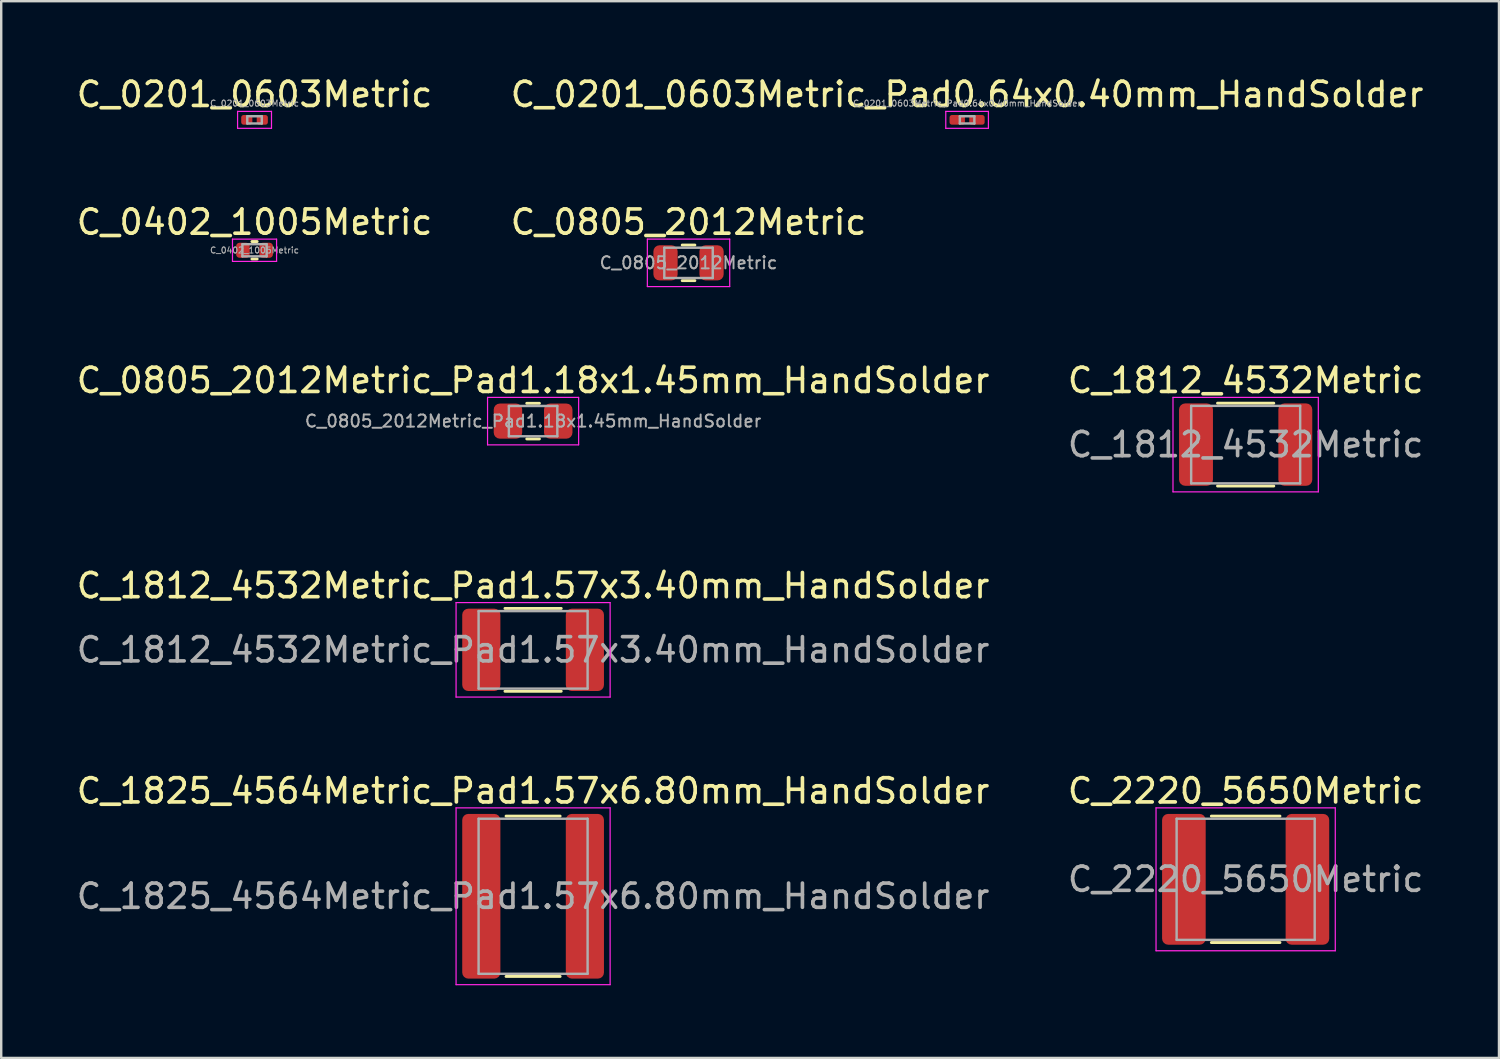
<source format=kicad_pcb>
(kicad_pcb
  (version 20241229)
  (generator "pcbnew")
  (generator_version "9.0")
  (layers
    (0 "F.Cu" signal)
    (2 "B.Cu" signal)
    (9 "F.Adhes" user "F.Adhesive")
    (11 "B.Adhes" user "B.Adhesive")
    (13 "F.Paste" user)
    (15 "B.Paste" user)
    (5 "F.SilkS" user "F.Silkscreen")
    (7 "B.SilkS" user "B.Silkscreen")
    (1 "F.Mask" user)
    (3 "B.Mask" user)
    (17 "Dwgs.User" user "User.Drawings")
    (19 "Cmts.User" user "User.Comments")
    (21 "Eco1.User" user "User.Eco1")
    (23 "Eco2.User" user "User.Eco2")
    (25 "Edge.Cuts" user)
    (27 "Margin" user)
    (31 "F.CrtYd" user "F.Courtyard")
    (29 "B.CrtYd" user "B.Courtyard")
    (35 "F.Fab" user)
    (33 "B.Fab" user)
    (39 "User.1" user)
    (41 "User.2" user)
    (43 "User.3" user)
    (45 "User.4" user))
  (footprint "C_0402_1005Metric"
    (layer "F.Cu")
    (at 7.458 7.282)
    (property "Reference" "C_0402_1005Metric" (at 0 -1.16 0) (layer "F.SilkS") (effects (font (size 1 1) (thickness 0.15))))
    (attr smd)
    (fp_line (start -0.108 -0.36) (end 0.108 -0.36) (stroke (width 0.12) (type solid)) (layer "F.SilkS"))
    (fp_line (start -0.108 0.36) (end 0.108 0.36) (stroke (width 0.12) (type solid)) (layer "F.SilkS"))
    (fp_line (start -0.91 -0.46) (end 0.91 -0.46) (stroke (width 0.05) (type solid)) (layer "F.CrtYd"))
    (fp_line (start -0.91 0.46) (end -0.91 -0.46) (stroke (width 0.05) (type solid)) (layer "F.CrtYd"))
    (fp_line (start 0.91 -0.46) (end 0.91 0.46) (stroke (width 0.05) (type solid)) (layer "F.CrtYd"))
    (fp_line (start 0.91 0.46) (end -0.91 0.46) (stroke (width 0.05) (type solid)) (layer "F.CrtYd"))
    (fp_line (start -0.5 -0.25) (end 0.5 -0.25) (stroke (width 0.1) (type solid)) (layer "F.Fab"))
    (fp_line (start -0.5 0.25) (end -0.5 -0.25) (stroke (width 0.1) (type solid)) (layer "F.Fab"))
    (fp_line (start 0.5 -0.25) (end 0.5 0.25) (stroke (width 0.1) (type solid)) (layer "F.Fab"))
    (fp_line (start 0.5 0.25) (end -0.5 0.25) (stroke (width 0.1) (type solid)) (layer "F.Fab"))
    (fp_text user "${REFERENCE}" (at 0 0 0) (layer "F.Fab") (effects (font (size 0.25 0.25) (thickness 0.04))))
    (pad "1" smd roundrect (at -0.48 0) (size 0.56 0.62) (layers "F.Cu" "F.Mask" "F.Paste") (roundrect_rratio 0.25))
    (pad "2" smd roundrect (at 0.48 0) (size 0.56 0.62) (layers "F.Cu" "F.Mask" "F.Paste") (roundrect_rratio 0.25)))
  (footprint "C_1825_4564Metric_Pad1.57x6.80mm_HandSolder"
    (layer "F.Cu")
    (at 18.958 33.951)
    (property "Reference" "C_1825_4564Metric_Pad1.57x6.80mm_HandSolder" (at 0 -4.35 0) (layer "F.SilkS") (effects (font (size 1 1) (thickness 0.15))))
    (attr smd)
    (fp_line (start -1.116 -3.31) (end 1.116 -3.31) (stroke (width 0.12) (type solid)) (layer "F.SilkS"))
    (fp_line (start -1.116 3.31) (end 1.116 3.31) (stroke (width 0.12) (type solid)) (layer "F.SilkS"))
    (fp_line (start -3.18 -3.65) (end 3.18 -3.65) (stroke (width 0.05) (type solid)) (layer "F.CrtYd"))
    (fp_line (start -3.18 3.65) (end -3.18 -3.65) (stroke (width 0.05) (type solid)) (layer "F.CrtYd"))
    (fp_line (start 3.18 -3.65) (end 3.18 3.65) (stroke (width 0.05) (type solid)) (layer "F.CrtYd"))
    (fp_line (start 3.18 3.65) (end -3.18 3.65) (stroke (width 0.05) (type solid)) (layer "F.CrtYd"))
    (fp_line (start -2.25 -3.2) (end 2.25 -3.2) (stroke (width 0.1) (type solid)) (layer "F.Fab"))
    (fp_line (start -2.25 3.2) (end -2.25 -3.2) (stroke (width 0.1) (type solid)) (layer "F.Fab"))
    (fp_line (start 2.25 -3.2) (end 2.25 3.2) (stroke (width 0.1) (type solid)) (layer "F.Fab"))
    (fp_line (start 2.25 3.2) (end -2.25 3.2) (stroke (width 0.1) (type solid)) (layer "F.Fab"))
    (fp_text user "${REFERENCE}" (at 0 0 0) (layer "F.Fab") (effects (font (size 1 1) (thickness 0.15))))
    (pad "1" smd roundrect (at -2.138 0) (size 1.575 6.8) (layers "F.Cu" "F.Mask" "F.Paste") (roundrect_rratio 0.159))
    (pad "2" smd roundrect (at 2.138 0) (size 1.575 6.8) (layers "F.Cu" "F.Mask" "F.Paste") (roundrect_rratio 0.159)))
  (footprint "C_0805_2012Metric"
    (layer "F.Cu")
    (at 25.375 7.801)
    (property "Reference" "C_0805_2012Metric" (at 0 -1.68 0) (layer "F.SilkS") (effects (font (size 1 1) (thickness 0.15))))
    (attr smd)
    (fp_line (start -0.261 -0.735) (end 0.261 -0.735) (stroke (width 0.12) (type solid)) (layer "F.SilkS"))
    (fp_line (start -0.261 0.735) (end 0.261 0.735) (stroke (width 0.12) (type solid)) (layer "F.SilkS"))
    (fp_line (start -1.7 -0.98) (end 1.7 -0.98) (stroke (width 0.05) (type solid)) (layer "F.CrtYd"))
    (fp_line (start -1.7 0.98) (end -1.7 -0.98) (stroke (width 0.05) (type solid)) (layer "F.CrtYd"))
    (fp_line (start 1.7 -0.98) (end 1.7 0.98) (stroke (width 0.05) (type solid)) (layer "F.CrtYd"))
    (fp_line (start 1.7 0.98) (end -1.7 0.98) (stroke (width 0.05) (type solid)) (layer "F.CrtYd"))
    (fp_line (start -1 -0.625) (end 1 -0.625) (stroke (width 0.1) (type solid)) (layer "F.Fab"))
    (fp_line (start -1 0.625) (end -1 -0.625) (stroke (width 0.1) (type solid)) (layer "F.Fab"))
    (fp_line (start 1 -0.625) (end 1 0.625) (stroke (width 0.1) (type solid)) (layer "F.Fab"))
    (fp_line (start 1 0.625) (end -1 0.625) (stroke (width 0.1) (type solid)) (layer "F.Fab"))
    (fp_text user "${REFERENCE}" (at 0 0 0) (layer "F.Fab") (effects (font (size 0.5 0.5) (thickness 0.08))))
    (pad "1" smd roundrect (at -0.95 0) (size 1 1.45) (layers "F.Cu" "F.Mask" "F.Paste") (roundrect_rratio 0.25))
    (pad "2" smd roundrect (at 0.95 0) (size 1 1.45) (layers "F.Cu" "F.Mask" "F.Paste") (roundrect_rratio 0.25)))
  (footprint "C_1812_4532Metric_Pad1.57x3.40mm_HandSolder"
    (layer "F.Cu")
    (at 18.958 23.778)
    (property "Reference" "C_1812_4532Metric_Pad1.57x3.40mm_HandSolder" (at 0 -2.65 0) (layer "F.SilkS") (effects (font (size 1 1) (thickness 0.15))))
    (attr smd)
    (fp_line (start -1.161 -1.71) (end 1.161 -1.71) (stroke (width 0.12) (type solid)) (layer "F.SilkS"))
    (fp_line (start -1.161 1.71) (end 1.161 1.71) (stroke (width 0.12) (type solid)) (layer "F.SilkS"))
    (fp_line (start -3.18 -1.95) (end 3.18 -1.95) (stroke (width 0.05) (type solid)) (layer "F.CrtYd"))
    (fp_line (start -3.18 1.95) (end -3.18 -1.95) (stroke (width 0.05) (type solid)) (layer "F.CrtYd"))
    (fp_line (start 3.18 -1.95) (end 3.18 1.95) (stroke (width 0.05) (type solid)) (layer "F.CrtYd"))
    (fp_line (start 3.18 1.95) (end -3.18 1.95) (stroke (width 0.05) (type solid)) (layer "F.CrtYd"))
    (fp_line (start -2.25 -1.6) (end 2.25 -1.6) (stroke (width 0.1) (type solid)) (layer "F.Fab"))
    (fp_line (start -2.25 1.6) (end -2.25 -1.6) (stroke (width 0.1) (type solid)) (layer "F.Fab"))
    (fp_line (start 2.25 -1.6) (end 2.25 1.6) (stroke (width 0.1) (type solid)) (layer "F.Fab"))
    (fp_line (start 2.25 1.6) (end -2.25 1.6) (stroke (width 0.1) (type solid)) (layer "F.Fab"))
    (fp_text user "${REFERENCE}" (at 0 0 0) (layer "F.Fab") (effects (font (size 1 1) (thickness 0.15))))
    (pad "1" smd roundrect (at -2.138 0) (size 1.575 3.4) (layers "F.Cu" "F.Mask" "F.Paste") (roundrect_rratio 0.159))
    (pad "2" smd roundrect (at 2.138 0) (size 1.575 3.4) (layers "F.Cu" "F.Mask" "F.Paste") (roundrect_rratio 0.159)))
  (footprint "C_0201_0603Metric"
    (layer "F.Cu")
    (at 7.458 1.898)
    (property "Reference" "C_0201_0603Metric" (at 0 -1.05 0) (layer "F.SilkS") (effects (font (size 1 1) (thickness 0.15))))
    (attr smd)
    (fp_line (start -0.7 -0.35) (end 0.7 -0.35) (stroke (width 0.05) (type solid)) (layer "F.CrtYd"))
    (fp_line (start -0.7 0.35) (end -0.7 -0.35) (stroke (width 0.05) (type solid)) (layer "F.CrtYd"))
    (fp_line (start 0.7 -0.35) (end 0.7 0.35) (stroke (width 0.05) (type solid)) (layer "F.CrtYd"))
    (fp_line (start 0.7 0.35) (end -0.7 0.35) (stroke (width 0.05) (type solid)) (layer "F.CrtYd"))
    (fp_line (start -0.3 -0.15) (end 0.3 -0.15) (stroke (width 0.1) (type solid)) (layer "F.Fab"))
    (fp_line (start -0.3 0.15) (end -0.3 -0.15) (stroke (width 0.1) (type solid)) (layer "F.Fab"))
    (fp_line (start 0.3 -0.15) (end 0.3 0.15) (stroke (width 0.1) (type solid)) (layer "F.Fab"))
    (fp_line (start 0.3 0.15) (end -0.3 0.15) (stroke (width 0.1) (type solid)) (layer "F.Fab"))
    (fp_text user "${REFERENCE}" (at 0 -0.68 0) (layer "F.Fab") (effects (font (size 0.25 0.25) (thickness 0.04))))
    (pad "" smd roundrect (at -0.345 0) (size 0.318 0.36) (layers "F.Paste") (roundrect_rratio 0.25))
    (pad "" smd roundrect (at 0.345 0) (size 0.318 0.36) (layers "F.Paste") (roundrect_rratio 0.25))
    (pad "1" smd roundrect (at -0.32 0) (size 0.46 0.4) (layers "F.Cu" "F.Mask") (roundrect_rratio 0.25))
    (pad "2" smd roundrect (at 0.32 0) (size 0.46 0.4) (layers "F.Cu" "F.Mask") (roundrect_rratio 0.25)))
  (footprint "C_2220_5650Metric"
    (layer "F.Cu")
    (at 48.375 33.251)
    (property "Reference" "C_2220_5650Metric" (at 0 -3.65 0) (layer "F.SilkS") (effects (font (size 1 1) (thickness 0.15))))
    (attr smd)
    (fp_line (start -1.416 -2.61) (end 1.416 -2.61) (stroke (width 0.12) (type solid)) (layer "F.SilkS"))
    (fp_line (start -1.416 2.61) (end 1.416 2.61) (stroke (width 0.12) (type solid)) (layer "F.SilkS"))
    (fp_line (start -3.7 -2.95) (end 3.7 -2.95) (stroke (width 0.05) (type solid)) (layer "F.CrtYd"))
    (fp_line (start -3.7 2.95) (end -3.7 -2.95) (stroke (width 0.05) (type solid)) (layer "F.CrtYd"))
    (fp_line (start 3.7 -2.95) (end 3.7 2.95) (stroke (width 0.05) (type solid)) (layer "F.CrtYd"))
    (fp_line (start 3.7 2.95) (end -3.7 2.95) (stroke (width 0.05) (type solid)) (layer "F.CrtYd"))
    (fp_line (start -2.85 -2.5) (end 2.85 -2.5) (stroke (width 0.1) (type solid)) (layer "F.Fab"))
    (fp_line (start -2.85 2.5) (end -2.85 -2.5) (stroke (width 0.1) (type solid)) (layer "F.Fab"))
    (fp_line (start 2.85 -2.5) (end 2.85 2.5) (stroke (width 0.1) (type solid)) (layer "F.Fab"))
    (fp_line (start 2.85 2.5) (end -2.85 2.5) (stroke (width 0.1) (type solid)) (layer "F.Fab"))
    (fp_text user "${REFERENCE}" (at 0 0 0) (layer "F.Fab") (effects (font (size 1 1) (thickness 0.15))))
    (pad "1" smd roundrect (at -2.55 0) (size 1.8 5.4) (layers "F.Cu" "F.Mask" "F.Paste") (roundrect_rratio 0.139))
    (pad "2" smd roundrect (at 2.55 0) (size 1.8 5.4) (layers "F.Cu" "F.Mask" "F.Paste") (roundrect_rratio 0.139)))
  (footprint "C_0201_0603Metric_Pad0.64x0.40mm_HandSolder"
    (layer "F.Cu")
    (at 36.875 1.898)
    (property "Reference" "C_0201_0603Metric_Pad0.64x0.40mm_HandSolder" (at 0 -1.05 0) (layer "F.SilkS") (effects (font (size 1 1) (thickness 0.15))))
    (attr smd)
    (fp_line (start -0.88 -0.35) (end 0.88 -0.35) (stroke (width 0.05) (type solid)) (layer "F.CrtYd"))
    (fp_line (start -0.88 0.35) (end -0.88 -0.35) (stroke (width 0.05) (type solid)) (layer "F.CrtYd"))
    (fp_line (start 0.88 -0.35) (end 0.88 0.35) (stroke (width 0.05) (type solid)) (layer "F.CrtYd"))
    (fp_line (start 0.88 0.35) (end -0.88 0.35) (stroke (width 0.05) (type solid)) (layer "F.CrtYd"))
    (fp_line (start -0.3 -0.15) (end 0.3 -0.15) (stroke (width 0.1) (type solid)) (layer "F.Fab"))
    (fp_line (start -0.3 0.15) (end -0.3 -0.15) (stroke (width 0.1) (type solid)) (layer "F.Fab"))
    (fp_line (start 0.3 -0.15) (end 0.3 0.15) (stroke (width 0.1) (type solid)) (layer "F.Fab"))
    (fp_line (start 0.3 0.15) (end -0.3 0.15) (stroke (width 0.1) (type solid)) (layer "F.Fab"))
    (fp_text user "${REFERENCE}" (at 0 -0.68 0) (layer "F.Fab") (effects (font (size 0.25 0.25) (thickness 0.04))))
    (pad "" smd roundrect (at -0.432 0) (size 0.458 0.36) (layers "F.Paste") (roundrect_rratio 0.25))
    (pad "" smd roundrect (at 0.432 0) (size 0.458 0.36) (layers "F.Paste") (roundrect_rratio 0.25))
    (pad "1" smd roundrect (at -0.407 0) (size 0.635 0.4) (layers "F.Cu" "F.Mask") (roundrect_rratio 0.25))
    (pad "2" smd roundrect (at 0.407 0) (size 0.635 0.4) (layers "F.Cu" "F.Mask") (roundrect_rratio 0.25)))
  (footprint "C_0805_2012Metric_Pad1.18x1.45mm_HandSolder"
    (layer "F.Cu")
    (at 18.958 14.335)
    (property "Reference" "C_0805_2012Metric_Pad1.18x1.45mm_HandSolder" (at 0 -1.68 0) (layer "F.SilkS") (effects (font (size 1 1) (thickness 0.15))))
    (attr smd)
    (fp_line (start -0.261 -0.735) (end 0.261 -0.735) (stroke (width 0.12) (type solid)) (layer "F.SilkS"))
    (fp_line (start -0.261 0.735) (end 0.261 0.735) (stroke (width 0.12) (type solid)) (layer "F.SilkS"))
    (fp_line (start -1.88 -0.98) (end 1.88 -0.98) (stroke (width 0.05) (type solid)) (layer "F.CrtYd"))
    (fp_line (start -1.88 0.98) (end -1.88 -0.98) (stroke (width 0.05) (type solid)) (layer "F.CrtYd"))
    (fp_line (start 1.88 -0.98) (end 1.88 0.98) (stroke (width 0.05) (type solid)) (layer "F.CrtYd"))
    (fp_line (start 1.88 0.98) (end -1.88 0.98) (stroke (width 0.05) (type solid)) (layer "F.CrtYd"))
    (fp_line (start -1 -0.625) (end 1 -0.625) (stroke (width 0.1) (type solid)) (layer "F.Fab"))
    (fp_line (start -1 0.625) (end -1 -0.625) (stroke (width 0.1) (type solid)) (layer "F.Fab"))
    (fp_line (start 1 -0.625) (end 1 0.625) (stroke (width 0.1) (type solid)) (layer "F.Fab"))
    (fp_line (start 1 0.625) (end -1 0.625) (stroke (width 0.1) (type solid)) (layer "F.Fab"))
    (fp_text user "${REFERENCE}" (at 0 0 0) (layer "F.Fab") (effects (font (size 0.5 0.5) (thickness 0.08))))
    (pad "1" smd roundrect (at -1.038 0) (size 1.175 1.45) (layers "F.Cu" "F.Mask" "F.Paste") (roundrect_rratio 0.213))
    (pad "2" smd roundrect (at 1.038 0) (size 1.175 1.45) (layers "F.Cu" "F.Mask" "F.Paste") (roundrect_rratio 0.213)))
  (footprint "C_1812_4532Metric"
    (layer "F.Cu")
    (at 48.375 15.305)
    (property "Reference" "C_1812_4532Metric" (at 0 -2.65 0) (layer "F.SilkS") (effects (font (size 1 1) (thickness 0.15))))
    (attr smd)
    (fp_line (start -1.161 -1.71) (end 1.161 -1.71) (stroke (width 0.12) (type solid)) (layer "F.SilkS"))
    (fp_line (start -1.161 1.71) (end 1.161 1.71) (stroke (width 0.12) (type solid)) (layer "F.SilkS"))
    (fp_line (start -3 -1.95) (end 3 -1.95) (stroke (width 0.05) (type solid)) (layer "F.CrtYd"))
    (fp_line (start -3 1.95) (end -3 -1.95) (stroke (width 0.05) (type solid)) (layer "F.CrtYd"))
    (fp_line (start 3 -1.95) (end 3 1.95) (stroke (width 0.05) (type solid)) (layer "F.CrtYd"))
    (fp_line (start 3 1.95) (end -3 1.95) (stroke (width 0.05) (type solid)) (layer "F.CrtYd"))
    (fp_line (start -2.25 -1.6) (end 2.25 -1.6) (stroke (width 0.1) (type solid)) (layer "F.Fab"))
    (fp_line (start -2.25 1.6) (end -2.25 -1.6) (stroke (width 0.1) (type solid)) (layer "F.Fab"))
    (fp_line (start 2.25 -1.6) (end 2.25 1.6) (stroke (width 0.1) (type solid)) (layer "F.Fab"))
    (fp_line (start 2.25 1.6) (end -2.25 1.6) (stroke (width 0.1) (type solid)) (layer "F.Fab"))
    (fp_text user "${REFERENCE}" (at 0 0 0) (layer "F.Fab") (effects (font (size 1 1) (thickness 0.15))))
    (pad "1" smd roundrect (at -2.05 0) (size 1.4 3.4) (layers "F.Cu" "F.Mask" "F.Paste") (roundrect_rratio 0.179))
    (pad "2" smd roundrect (at 2.05 0) (size 1.4 3.4) (layers "F.Cu" "F.Mask" "F.Paste") (roundrect_rratio 0.179)))
  (gr_rect
    (start -3 -3)
    (end 58.833 40.626)
    (stroke (width 0.1) (type default))
    (fill no)
    (layer "Edge.Cuts")))
</source>
